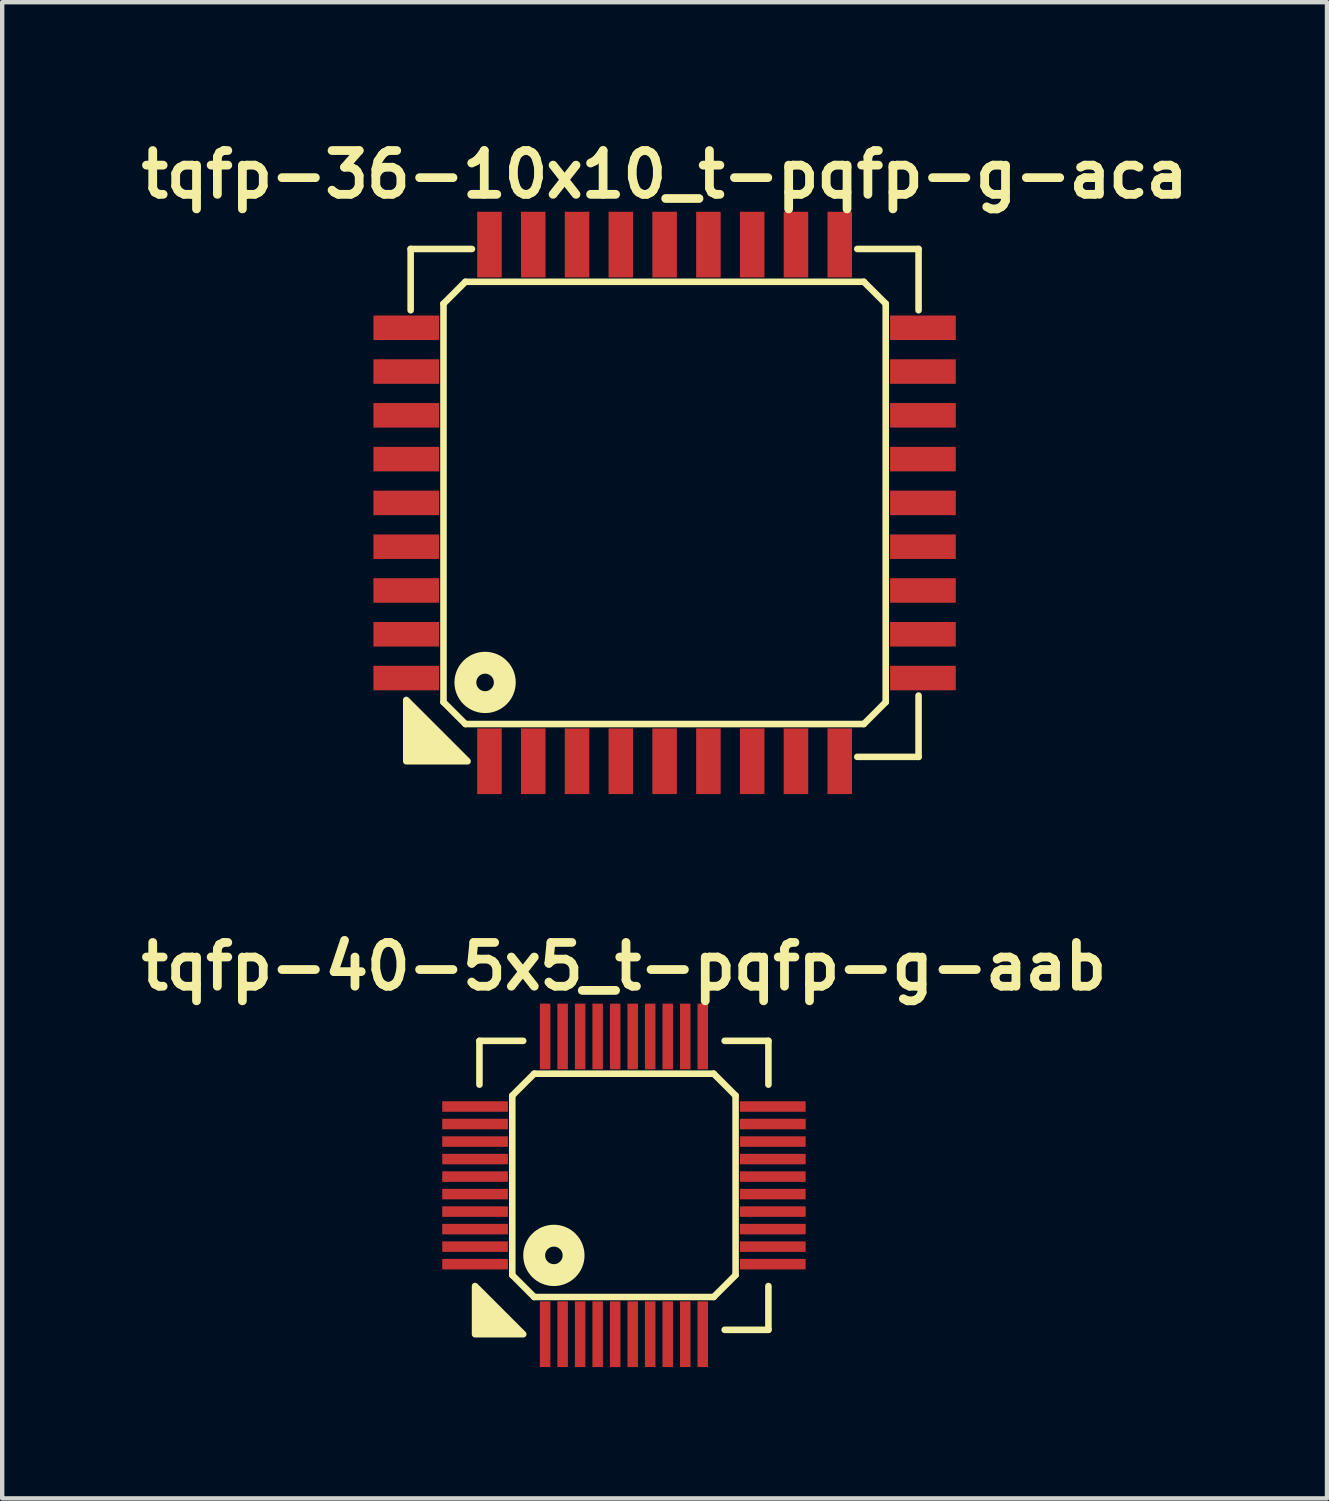
<source format=kicad_pcb>
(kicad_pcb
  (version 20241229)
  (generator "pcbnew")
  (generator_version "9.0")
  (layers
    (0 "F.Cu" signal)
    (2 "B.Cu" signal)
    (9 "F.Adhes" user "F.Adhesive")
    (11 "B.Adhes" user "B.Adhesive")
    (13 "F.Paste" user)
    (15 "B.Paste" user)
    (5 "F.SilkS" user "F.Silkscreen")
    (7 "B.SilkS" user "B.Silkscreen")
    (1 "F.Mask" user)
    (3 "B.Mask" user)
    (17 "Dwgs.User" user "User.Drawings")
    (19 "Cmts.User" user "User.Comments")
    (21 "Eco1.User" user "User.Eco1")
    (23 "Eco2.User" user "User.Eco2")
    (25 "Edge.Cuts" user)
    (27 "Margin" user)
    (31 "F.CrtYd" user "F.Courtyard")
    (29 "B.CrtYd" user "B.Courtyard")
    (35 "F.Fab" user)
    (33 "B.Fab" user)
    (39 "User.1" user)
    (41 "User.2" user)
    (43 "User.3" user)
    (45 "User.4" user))
  (footprint "tqfp-36-10x10_t-pqfp-g-aca"
    (layer "F.Cu")
    (at 12.129 8.436)
    (property "Reference" "tqfp-36-10x10_t-pqfp-g-aca" (at 0 -7.5 0) (layer "F.SilkS") (effects (font (size 1 1) (thickness 0.2))))
    (attr smd)
    (fp_line (start -5.8 -5.8) (end -4.4 -5.8) (stroke (width 0.15) (type solid)) (layer "F.SilkS"))
    (fp_line (start -5.8 -4.4) (end -5.8 -5.8) (stroke (width 0.15) (type solid)) (layer "F.SilkS"))
    (fp_line (start -5.05 -4.55) (end -4.55 -5.05) (stroke (width 0.15) (type solid)) (layer "F.SilkS"))
    (fp_line (start -5.05 4.55) (end -5.05 -4.55) (stroke (width 0.15) (type solid)) (layer "F.SilkS"))
    (fp_line (start -4.55 -5.05) (end 4.55 -5.05) (stroke (width 0.15) (type solid)) (layer "F.SilkS"))
    (fp_line (start -4.55 5.05) (end -5.05 4.55) (stroke (width 0.15) (type solid)) (layer "F.SilkS"))
    (fp_line (start 4.4 -5.8) (end 5.8 -5.8) (stroke (width 0.15) (type solid)) (layer "F.SilkS"))
    (fp_line (start 4.55 -5.05) (end 5.05 -4.55) (stroke (width 0.15) (type solid)) (layer "F.SilkS"))
    (fp_line (start 4.55 5.05) (end -4.55 5.05) (stroke (width 0.15) (type solid)) (layer "F.SilkS"))
    (fp_line (start 5.05 -4.55) (end 5.05 4.55) (stroke (width 0.15) (type solid)) (layer "F.SilkS"))
    (fp_line (start 5.05 4.55) (end 4.55 5.05) (stroke (width 0.15) (type solid)) (layer "F.SilkS"))
    (fp_line (start 5.8 -5.8) (end 5.8 -4.4) (stroke (width 0.15) (type solid)) (layer "F.SilkS"))
    (fp_line (start 5.8 4.4) (end 5.8 5.8) (stroke (width 0.15) (type solid)) (layer "F.SilkS"))
    (fp_line (start 5.8 5.8) (end 4.4 5.8) (stroke (width 0.15) (type solid)) (layer "F.SilkS"))
    (fp_circle (center -4.1 4.1) (end -3.9 4.1) (stroke (width 0.5) (type solid)) (fill no) (layer "F.SilkS"))
    (fp_poly (pts (xy -4.5 5.9) (xy -5.9 5.9) (xy -5.9 4.5)) (stroke (width 0.15) (type solid)) (fill yes) (layer "F.SilkS"))
    (pad "1" smd rect (at -4 5.9) (size 0.56 1.5) (layers "F.Cu" "F.Mask" "F.Paste"))
    (pad "2" smd rect (at -3 5.9) (size 0.56 1.5) (layers "F.Cu" "F.Mask" "F.Paste"))
    (pad "3" smd rect (at -2 5.9) (size 0.56 1.5) (layers "F.Cu" "F.Mask" "F.Paste"))
    (pad "4" smd rect (at -1 5.9) (size 0.56 1.5) (layers "F.Cu" "F.Mask" "F.Paste"))
    (pad "5" smd rect (at 0 5.9) (size 0.56 1.5) (layers "F.Cu" "F.Mask" "F.Paste"))
    (pad "6" smd rect (at 1 5.9) (size 0.56 1.5) (layers "F.Cu" "F.Mask" "F.Paste"))
    (pad "7" smd rect (at 2 5.9) (size 0.56 1.5) (layers "F.Cu" "F.Mask" "F.Paste"))
    (pad "8" smd rect (at 3 5.9) (size 0.56 1.5) (layers "F.Cu" "F.Mask" "F.Paste"))
    (pad "9" smd rect (at 4 5.9) (size 0.56 1.5) (layers "F.Cu" "F.Mask" "F.Paste"))
    (pad "10" smd rect (at 5.9 4) (size 1.5 0.56) (layers "F.Cu" "F.Mask" "F.Paste"))
    (pad "11" smd rect (at 5.9 3) (size 1.5 0.56) (layers "F.Cu" "F.Mask" "F.Paste"))
    (pad "12" smd rect (at 5.9 2) (size 1.5 0.56) (layers "F.Cu" "F.Mask" "F.Paste"))
    (pad "13" smd rect (at 5.9 1) (size 1.5 0.56) (layers "F.Cu" "F.Mask" "F.Paste"))
    (pad "14" smd rect (at 5.9 0) (size 1.5 0.56) (layers "F.Cu" "F.Mask" "F.Paste"))
    (pad "15" smd rect (at 5.9 -1) (size 1.5 0.56) (layers "F.Cu" "F.Mask" "F.Paste"))
    (pad "16" smd rect (at 5.9 -2) (size 1.5 0.56) (layers "F.Cu" "F.Mask" "F.Paste"))
    (pad "17" smd rect (at 5.9 -3) (size 1.5 0.56) (layers "F.Cu" "F.Mask" "F.Paste"))
    (pad "18" smd rect (at 5.9 -4) (size 1.5 0.56) (layers "F.Cu" "F.Mask" "F.Paste"))
    (pad "19" smd rect (at 4 -5.9) (size 0.56 1.5) (layers "F.Cu" "F.Mask" "F.Paste"))
    (pad "20" smd rect (at 3 -5.9) (size 0.56 1.5) (layers "F.Cu" "F.Mask" "F.Paste"))
    (pad "21" smd rect (at 2 -5.9) (size 0.56 1.5) (layers "F.Cu" "F.Mask" "F.Paste"))
    (pad "22" smd rect (at 1 -5.9) (size 0.56 1.5) (layers "F.Cu" "F.Mask" "F.Paste"))
    (pad "23" smd rect (at 0 -5.9) (size 0.56 1.5) (layers "F.Cu" "F.Mask" "F.Paste"))
    (pad "24" smd rect (at -1 -5.9) (size 0.56 1.5) (layers "F.Cu" "F.Mask" "F.Paste"))
    (pad "25" smd rect (at -2 -5.9) (size 0.56 1.5) (layers "F.Cu" "F.Mask" "F.Paste"))
    (pad "26" smd rect (at -3 -5.9) (size 0.56 1.5) (layers "F.Cu" "F.Mask" "F.Paste"))
    (pad "27" smd rect (at -4 -5.9) (size 0.56 1.5) (layers "F.Cu" "F.Mask" "F.Paste"))
    (pad "28" smd rect (at -5.9 -4) (size 1.5 0.56) (layers "F.Cu" "F.Mask" "F.Paste"))
    (pad "29" smd rect (at -5.9 -3) (size 1.5 0.56) (layers "F.Cu" "F.Mask" "F.Paste"))
    (pad "30" smd rect (at -5.9 -2) (size 1.5 0.56) (layers "F.Cu" "F.Mask" "F.Paste"))
    (pad "31" smd rect (at -5.9 -1) (size 1.5 0.56) (layers "F.Cu" "F.Mask" "F.Paste"))
    (pad "32" smd rect (at -5.9 0) (size 1.5 0.56) (layers "F.Cu" "F.Mask" "F.Paste"))
    (pad "33" smd rect (at -5.9 1) (size 1.5 0.56) (layers "F.Cu" "F.Mask" "F.Paste"))
    (pad "34" smd rect (at -5.9 2) (size 1.5 0.56) (layers "F.Cu" "F.Mask" "F.Paste"))
    (pad "35" smd rect (at -5.9 3) (size 1.5 0.56) (layers "F.Cu" "F.Mask" "F.Paste"))
    (pad "36" smd rect (at -5.9 4) (size 1.5 0.56) (layers "F.Cu" "F.Mask" "F.Paste")))
  (footprint "tqfp-40-5x5_t-pqfp-g-aab"
    (layer "F.Cu")
    (at 11.2 24.022)
    (property "Reference" "tqfp-40-5x5_t-pqfp-g-aab" (at 0 -5 0) (layer "F.SilkS") (effects (font (size 1 1) (thickness 0.2))))
    (attr smd)
    (fp_line (start -3.3 -3.3) (end -2.3 -3.3) (stroke (width 0.15) (type solid)) (layer "F.SilkS"))
    (fp_line (start -3.3 -2.3) (end -3.3 -3.3) (stroke (width 0.15) (type solid)) (layer "F.SilkS"))
    (fp_line (start -2.55 -2.05) (end -2.05 -2.55) (stroke (width 0.15) (type solid)) (layer "F.SilkS"))
    (fp_line (start -2.55 2.05) (end -2.55 -2.05) (stroke (width 0.15) (type solid)) (layer "F.SilkS"))
    (fp_line (start -2.05 -2.55) (end 2.05 -2.55) (stroke (width 0.15) (type solid)) (layer "F.SilkS"))
    (fp_line (start -2.05 2.55) (end -2.55 2.05) (stroke (width 0.15) (type solid)) (layer "F.SilkS"))
    (fp_line (start 2.05 -2.55) (end 2.55 -2.05) (stroke (width 0.15) (type solid)) (layer "F.SilkS"))
    (fp_line (start 2.05 2.55) (end -2.05 2.55) (stroke (width 0.15) (type solid)) (layer "F.SilkS"))
    (fp_line (start 2.3 -3.3) (end 3.3 -3.3) (stroke (width 0.15) (type solid)) (layer "F.SilkS"))
    (fp_line (start 2.55 -2.05) (end 2.55 2.05) (stroke (width 0.15) (type solid)) (layer "F.SilkS"))
    (fp_line (start 2.55 2.05) (end 2.05 2.55) (stroke (width 0.15) (type solid)) (layer "F.SilkS"))
    (fp_line (start 3.3 -3.3) (end 3.3 -2.3) (stroke (width 0.15) (type solid)) (layer "F.SilkS"))
    (fp_line (start 3.3 2.3) (end 3.3 3.3) (stroke (width 0.15) (type solid)) (layer "F.SilkS"))
    (fp_line (start 3.3 3.3) (end 2.3 3.3) (stroke (width 0.15) (type solid)) (layer "F.SilkS"))
    (fp_circle (center -1.6 1.6) (end -1.4 1.6) (stroke (width 0.5) (type solid)) (fill no) (layer "F.SilkS"))
    (fp_poly (pts (xy -2.3 3.4) (xy -3.4 3.4) (xy -3.4 2.3)) (stroke (width 0.15) (type solid)) (fill yes) (layer "F.SilkS"))
    (pad "1" smd rect (at -1.8 3.4) (size 0.24 1.5) (layers "F.Cu" "F.Mask" "F.Paste"))
    (pad "2" smd rect (at -1.4 3.4) (size 0.24 1.5) (layers "F.Cu" "F.Mask" "F.Paste"))
    (pad "3" smd rect (at -1 3.4) (size 0.24 1.5) (layers "F.Cu" "F.Mask" "F.Paste"))
    (pad "4" smd rect (at -0.6 3.4) (size 0.24 1.5) (layers "F.Cu" "F.Mask" "F.Paste"))
    (pad "5" smd rect (at -0.2 3.4) (size 0.24 1.5) (layers "F.Cu" "F.Mask" "F.Paste"))
    (pad "6" smd rect (at 0.2 3.4) (size 0.24 1.5) (layers "F.Cu" "F.Mask" "F.Paste"))
    (pad "7" smd rect (at 0.6 3.4) (size 0.24 1.5) (layers "F.Cu" "F.Mask" "F.Paste"))
    (pad "8" smd rect (at 1 3.4) (size 0.24 1.5) (layers "F.Cu" "F.Mask" "F.Paste"))
    (pad "9" smd rect (at 1.4 3.4) (size 0.24 1.5) (layers "F.Cu" "F.Mask" "F.Paste"))
    (pad "10" smd rect (at 1.8 3.4) (size 0.24 1.5) (layers "F.Cu" "F.Mask" "F.Paste"))
    (pad "11" smd rect (at 3.4 1.8) (size 1.5 0.24) (layers "F.Cu" "F.Mask" "F.Paste"))
    (pad "12" smd rect (at 3.4 1.4) (size 1.5 0.24) (layers "F.Cu" "F.Mask" "F.Paste"))
    (pad "13" smd rect (at 3.4 1) (size 1.5 0.24) (layers "F.Cu" "F.Mask" "F.Paste"))
    (pad "14" smd rect (at 3.4 0.6) (size 1.5 0.24) (layers "F.Cu" "F.Mask" "F.Paste"))
    (pad "15" smd rect (at 3.4 0.2) (size 1.5 0.24) (layers "F.Cu" "F.Mask" "F.Paste"))
    (pad "16" smd rect (at 3.4 -0.2) (size 1.5 0.24) (layers "F.Cu" "F.Mask" "F.Paste"))
    (pad "17" smd rect (at 3.4 -0.6) (size 1.5 0.24) (layers "F.Cu" "F.Mask" "F.Paste"))
    (pad "18" smd rect (at 3.4 -1) (size 1.5 0.24) (layers "F.Cu" "F.Mask" "F.Paste"))
    (pad "19" smd rect (at 3.4 -1.4) (size 1.5 0.24) (layers "F.Cu" "F.Mask" "F.Paste"))
    (pad "20" smd rect (at 3.4 -1.8) (size 1.5 0.24) (layers "F.Cu" "F.Mask" "F.Paste"))
    (pad "21" smd rect (at 1.8 -3.4) (size 0.24 1.5) (layers "F.Cu" "F.Mask" "F.Paste"))
    (pad "22" smd rect (at 1.4 -3.4) (size 0.24 1.5) (layers "F.Cu" "F.Mask" "F.Paste"))
    (pad "23" smd rect (at 1 -3.4) (size 0.24 1.5) (layers "F.Cu" "F.Mask" "F.Paste"))
    (pad "24" smd rect (at 0.6 -3.4) (size 0.24 1.5) (layers "F.Cu" "F.Mask" "F.Paste"))
    (pad "25" smd rect (at 0.2 -3.4) (size 0.24 1.5) (layers "F.Cu" "F.Mask" "F.Paste"))
    (pad "26" smd rect (at -0.2 -3.4) (size 0.24 1.5) (layers "F.Cu" "F.Mask" "F.Paste"))
    (pad "27" smd rect (at -0.6 -3.4) (size 0.24 1.5) (layers "F.Cu" "F.Mask" "F.Paste"))
    (pad "28" smd rect (at -1 -3.4) (size 0.24 1.5) (layers "F.Cu" "F.Mask" "F.Paste"))
    (pad "29" smd rect (at -1.4 -3.4) (size 0.24 1.5) (layers "F.Cu" "F.Mask" "F.Paste"))
    (pad "30" smd rect (at -1.8 -3.4) (size 0.24 1.5) (layers "F.Cu" "F.Mask" "F.Paste"))
    (pad "31" smd rect (at -3.4 -1.8) (size 1.5 0.24) (layers "F.Cu" "F.Mask" "F.Paste"))
    (pad "32" smd rect (at -3.4 -1.4) (size 1.5 0.24) (layers "F.Cu" "F.Mask" "F.Paste"))
    (pad "33" smd rect (at -3.4 -1) (size 1.5 0.24) (layers "F.Cu" "F.Mask" "F.Paste"))
    (pad "34" smd rect (at -3.4 -0.6) (size 1.5 0.24) (layers "F.Cu" "F.Mask" "F.Paste"))
    (pad "35" smd rect (at -3.4 -0.2) (size 1.5 0.24) (layers "F.Cu" "F.Mask" "F.Paste"))
    (pad "36" smd rect (at -3.4 0.2) (size 1.5 0.24) (layers "F.Cu" "F.Mask" "F.Paste"))
    (pad "37" smd rect (at -3.4 0.6) (size 1.5 0.24) (layers "F.Cu" "F.Mask" "F.Paste"))
    (pad "38" smd rect (at -3.4 1) (size 1.5 0.24) (layers "F.Cu" "F.Mask" "F.Paste"))
    (pad "39" smd rect (at -3.4 1.4) (size 1.5 0.24) (layers "F.Cu" "F.Mask" "F.Paste"))
    (pad "40" smd rect (at -3.4 1.8) (size 1.5 0.24) (layers "F.Cu" "F.Mask" "F.Paste")))
  (gr_rect
    (start -3 -3)
    (end 27.257 31.172)
    (stroke (width 0.1) (type default))
    (fill no)
    (layer "Edge.Cuts")))
</source>
